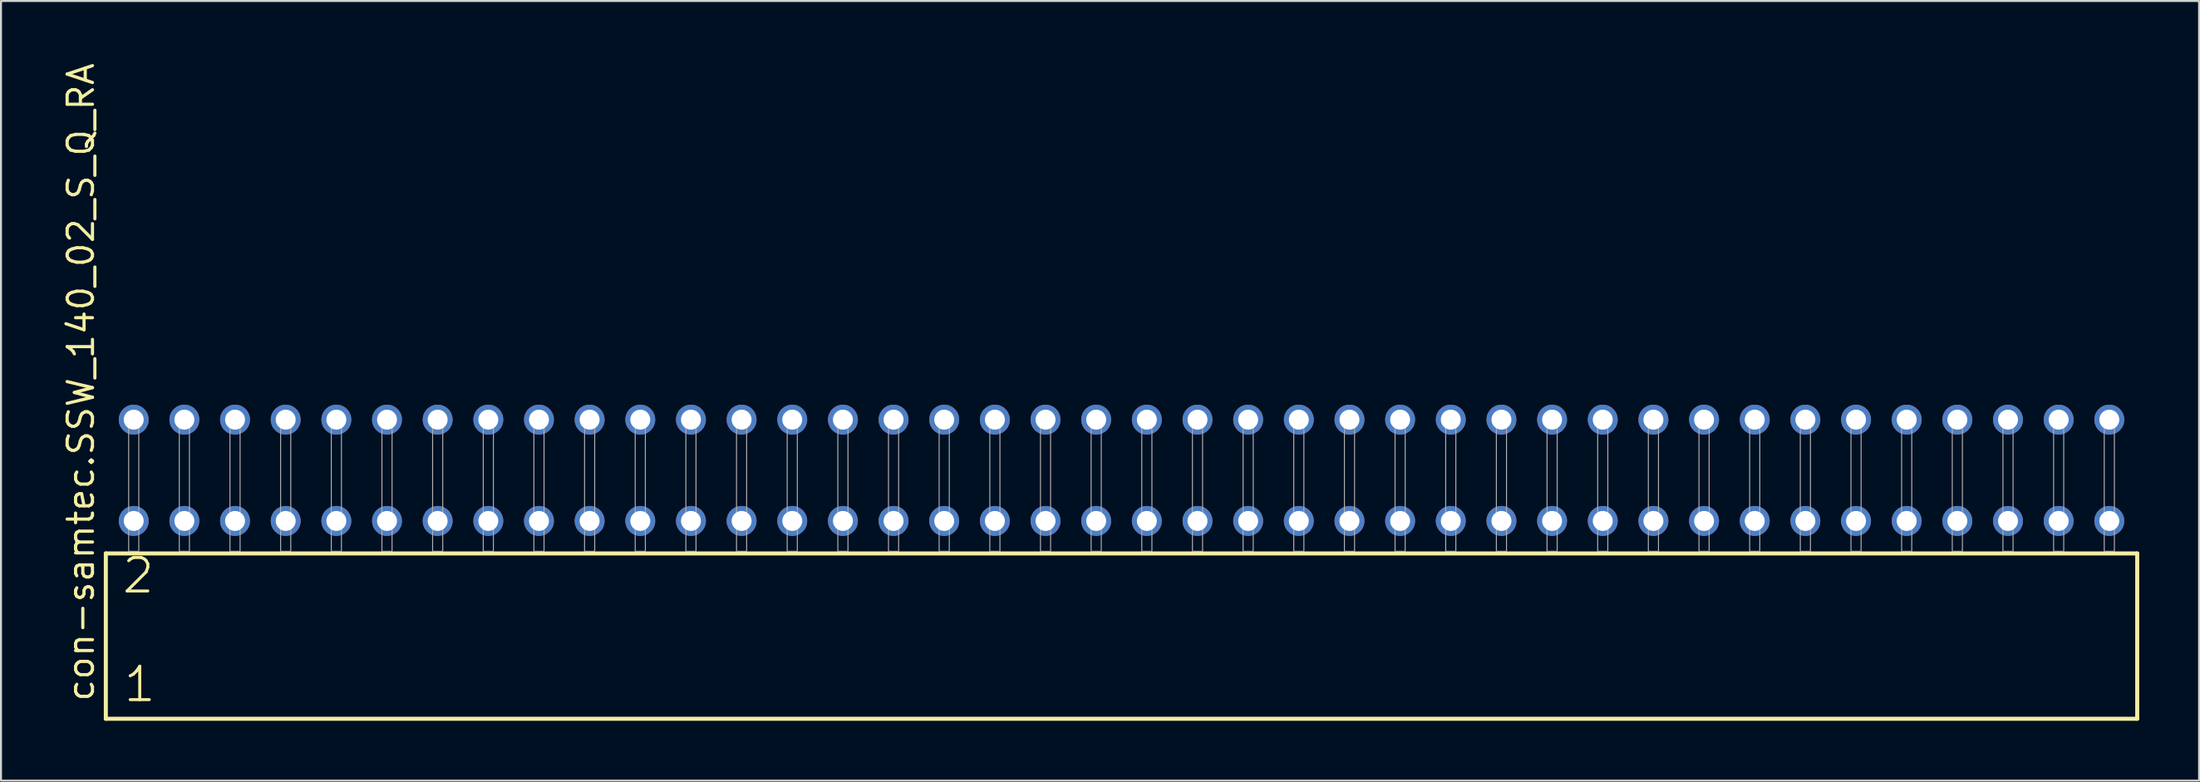
<source format=kicad_pcb>
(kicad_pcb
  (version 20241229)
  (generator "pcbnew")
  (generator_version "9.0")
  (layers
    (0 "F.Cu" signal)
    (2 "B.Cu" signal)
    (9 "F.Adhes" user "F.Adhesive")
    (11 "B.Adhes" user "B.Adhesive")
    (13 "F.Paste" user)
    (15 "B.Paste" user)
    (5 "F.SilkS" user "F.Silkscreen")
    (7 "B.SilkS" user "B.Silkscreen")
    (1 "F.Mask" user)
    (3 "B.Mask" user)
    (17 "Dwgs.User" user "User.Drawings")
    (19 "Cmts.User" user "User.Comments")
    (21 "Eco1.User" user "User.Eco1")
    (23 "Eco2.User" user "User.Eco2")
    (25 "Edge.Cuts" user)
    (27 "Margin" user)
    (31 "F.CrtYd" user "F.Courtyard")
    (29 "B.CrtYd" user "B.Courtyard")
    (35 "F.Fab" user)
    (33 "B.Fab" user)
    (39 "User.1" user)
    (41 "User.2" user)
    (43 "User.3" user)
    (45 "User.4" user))
  (footprint "con-samtec.SSW_140_02_S_Q_RA"
    (layer "F.Cu")
    (at 53.185 24.598)
    (property "Reference" "con-samtec.SSW_140_02_S_Q_RA" (at -51.435 7.62 90) (layer "F.SilkS") (effects (font (size 1.27 1.27) (thickness 0.16)) (justify left bottom)))
    (attr through_hole)
    (fp_line (start -50.929 0.106) (end -50.929 8.396) (stroke (width 0.203) (type default)) (layer "F.SilkS"))
    (fp_line (start -50.929 8.396) (end 50.929 8.396) (stroke (width 0.203) (type default)) (layer "F.SilkS"))
    (fp_line (start 50.929 0.106) (end -50.929 0.106) (stroke (width 0.203) (type default)) (layer "F.SilkS"))
    (fp_line (start 50.929 8.396) (end 50.929 0.106) (stroke (width 0.203) (type default)) (layer "F.SilkS"))
    (fp_rect (start -49.784 0) (end -49.276 -6.858) (stroke (width 0.05) (type default)) (fill no) (layer "F.Fab"))
    (fp_rect (start -47.244 0) (end -46.736 -6.858) (stroke (width 0.05) (type default)) (fill no) (layer "F.Fab"))
    (fp_rect (start -44.704 0) (end -44.196 -6.858) (stroke (width 0.05) (type default)) (fill no) (layer "F.Fab"))
    (fp_rect (start -42.164 0) (end -41.656 -6.858) (stroke (width 0.05) (type default)) (fill no) (layer "F.Fab"))
    (fp_rect (start -39.624 0) (end -39.116 -6.858) (stroke (width 0.05) (type default)) (fill no) (layer "F.Fab"))
    (fp_rect (start -37.084 0) (end -36.576 -6.858) (stroke (width 0.05) (type default)) (fill no) (layer "F.Fab"))
    (fp_rect (start -34.544 0) (end -34.036 -6.858) (stroke (width 0.05) (type default)) (fill no) (layer "F.Fab"))
    (fp_rect (start -32.004 0) (end -31.496 -6.858) (stroke (width 0.05) (type default)) (fill no) (layer "F.Fab"))
    (fp_rect (start -29.464 0) (end -28.956 -6.858) (stroke (width 0.05) (type default)) (fill no) (layer "F.Fab"))
    (fp_rect (start -26.924 0) (end -26.416 -6.858) (stroke (width 0.05) (type default)) (fill no) (layer "F.Fab"))
    (fp_rect (start -24.384 0) (end -23.876 -6.858) (stroke (width 0.05) (type default)) (fill no) (layer "F.Fab"))
    (fp_rect (start -21.844 0) (end -21.336 -6.858) (stroke (width 0.05) (type default)) (fill no) (layer "F.Fab"))
    (fp_rect (start -19.304 0) (end -18.796 -6.858) (stroke (width 0.05) (type default)) (fill no) (layer "F.Fab"))
    (fp_rect (start -16.764 0) (end -16.256 -6.858) (stroke (width 0.05) (type default)) (fill no) (layer "F.Fab"))
    (fp_rect (start -14.224 0) (end -13.716 -6.858) (stroke (width 0.05) (type default)) (fill no) (layer "F.Fab"))
    (fp_rect (start -11.684 0) (end -11.176 -6.858) (stroke (width 0.05) (type default)) (fill no) (layer "F.Fab"))
    (fp_rect (start -9.144 0) (end -8.636 -6.858) (stroke (width 0.05) (type default)) (fill no) (layer "F.Fab"))
    (fp_rect (start -6.604 0) (end -6.096 -6.858) (stroke (width 0.05) (type default)) (fill no) (layer "F.Fab"))
    (fp_rect (start -4.064 0) (end -3.556 -6.858) (stroke (width 0.05) (type default)) (fill no) (layer "F.Fab"))
    (fp_rect (start -1.524 0) (end -1.016 -6.858) (stroke (width 0.05) (type default)) (fill no) (layer "F.Fab"))
    (fp_rect (start 1.016 0) (end 1.524 -6.858) (stroke (width 0.05) (type default)) (fill no) (layer "F.Fab"))
    (fp_rect (start 3.556 0) (end 4.064 -6.858) (stroke (width 0.05) (type default)) (fill no) (layer "F.Fab"))
    (fp_rect (start 6.096 0) (end 6.604 -6.858) (stroke (width 0.05) (type default)) (fill no) (layer "F.Fab"))
    (fp_rect (start 8.636 0) (end 9.144 -6.858) (stroke (width 0.05) (type default)) (fill no) (layer "F.Fab"))
    (fp_rect (start 11.176 0) (end 11.684 -6.858) (stroke (width 0.05) (type default)) (fill no) (layer "F.Fab"))
    (fp_rect (start 13.716 0) (end 14.224 -6.858) (stroke (width 0.05) (type default)) (fill no) (layer "F.Fab"))
    (fp_rect (start 16.256 0) (end 16.764 -6.858) (stroke (width 0.05) (type default)) (fill no) (layer "F.Fab"))
    (fp_rect (start 18.796 0) (end 19.304 -6.858) (stroke (width 0.05) (type default)) (fill no) (layer "F.Fab"))
    (fp_rect (start 21.336 0) (end 21.844 -6.858) (stroke (width 0.05) (type default)) (fill no) (layer "F.Fab"))
    (fp_rect (start 23.876 0) (end 24.384 -6.858) (stroke (width 0.05) (type default)) (fill no) (layer "F.Fab"))
    (fp_rect (start 26.416 0) (end 26.924 -6.858) (stroke (width 0.05) (type default)) (fill no) (layer "F.Fab"))
    (fp_rect (start 28.956 0) (end 29.464 -6.858) (stroke (width 0.05) (type default)) (fill no) (layer "F.Fab"))
    (fp_rect (start 31.496 0) (end 32.004 -6.858) (stroke (width 0.05) (type default)) (fill no) (layer "F.Fab"))
    (fp_rect (start 34.036 0) (end 34.544 -6.858) (stroke (width 0.05) (type default)) (fill no) (layer "F.Fab"))
    (fp_rect (start 36.576 0) (end 37.084 -6.858) (stroke (width 0.05) (type default)) (fill no) (layer "F.Fab"))
    (fp_rect (start 39.116 0) (end 39.624 -6.858) (stroke (width 0.05) (type default)) (fill no) (layer "F.Fab"))
    (fp_rect (start 41.656 0) (end 42.164 -6.858) (stroke (width 0.05) (type default)) (fill no) (layer "F.Fab"))
    (fp_rect (start 44.196 0) (end 44.704 -6.858) (stroke (width 0.05) (type default)) (fill no) (layer "F.Fab"))
    (fp_rect (start 46.736 0) (end 47.244 -6.858) (stroke (width 0.05) (type default)) (fill no) (layer "F.Fab"))
    (fp_rect (start 49.276 0) (end 49.784 -6.858) (stroke (width 0.05) (type default)) (fill no) (layer "F.Fab"))
    (fp_text user "2" (at -50.2 2.2 0) (layer "F.SilkS") (effects (font (size 1.676 1.676) (thickness 0.15)) (justify left bottom)))
    (fp_text user "1" (at -50.125 7.65 0) (layer "F.SilkS") (effects (font (size 1.676 1.676) (thickness 0.15)) (justify left bottom)))
    (pad "1" thru_hole circle (at -49.53 -1.524) (size 1.5 1.5) (drill 1) (layers "*.Cu" "*.Mask"))
    (pad "2" thru_hole circle (at -49.53 -6.604) (size 1.5 1.5) (drill 1) (layers "*.Cu" "*.Mask"))
    (pad "3" thru_hole circle (at -46.99 -1.524) (size 1.5 1.5) (drill 1) (layers "*.Cu" "*.Mask"))
    (pad "4" thru_hole circle (at -46.99 -6.604) (size 1.5 1.5) (drill 1) (layers "*.Cu" "*.Mask"))
    (pad "5" thru_hole circle (at -44.45 -1.524) (size 1.5 1.5) (drill 1) (layers "*.Cu" "*.Mask"))
    (pad "6" thru_hole circle (at -44.45 -6.604) (size 1.5 1.5) (drill 1) (layers "*.Cu" "*.Mask"))
    (pad "7" thru_hole circle (at -41.91 -1.524) (size 1.5 1.5) (drill 1) (layers "*.Cu" "*.Mask"))
    (pad "8" thru_hole circle (at -41.91 -6.604) (size 1.5 1.5) (drill 1) (layers "*.Cu" "*.Mask"))
    (pad "9" thru_hole circle (at -39.37 -1.524) (size 1.5 1.5) (drill 1) (layers "*.Cu" "*.Mask"))
    (pad "10" thru_hole circle (at -39.37 -6.604) (size 1.5 1.5) (drill 1) (layers "*.Cu" "*.Mask"))
    (pad "11" thru_hole circle (at -36.83 -1.524) (size 1.5 1.5) (drill 1) (layers "*.Cu" "*.Mask"))
    (pad "12" thru_hole circle (at -36.83 -6.604) (size 1.5 1.5) (drill 1) (layers "*.Cu" "*.Mask"))
    (pad "13" thru_hole circle (at -34.29 -1.524) (size 1.5 1.5) (drill 1) (layers "*.Cu" "*.Mask"))
    (pad "14" thru_hole circle (at -34.29 -6.604) (size 1.5 1.5) (drill 1) (layers "*.Cu" "*.Mask"))
    (pad "15" thru_hole circle (at -31.75 -1.524) (size 1.5 1.5) (drill 1) (layers "*.Cu" "*.Mask"))
    (pad "16" thru_hole circle (at -31.75 -6.604) (size 1.5 1.5) (drill 1) (layers "*.Cu" "*.Mask"))
    (pad "17" thru_hole circle (at -29.21 -1.524) (size 1.5 1.5) (drill 1) (layers "*.Cu" "*.Mask"))
    (pad "18" thru_hole circle (at -29.21 -6.604) (size 1.5 1.5) (drill 1) (layers "*.Cu" "*.Mask"))
    (pad "19" thru_hole circle (at -26.67 -1.524) (size 1.5 1.5) (drill 1) (layers "*.Cu" "*.Mask"))
    (pad "20" thru_hole circle (at -26.67 -6.604) (size 1.5 1.5) (drill 1) (layers "*.Cu" "*.Mask"))
    (pad "21" thru_hole circle (at -24.13 -1.524) (size 1.5 1.5) (drill 1) (layers "*.Cu" "*.Mask"))
    (pad "22" thru_hole circle (at -24.13 -6.604) (size 1.5 1.5) (drill 1) (layers "*.Cu" "*.Mask"))
    (pad "23" thru_hole circle (at -21.59 -1.524) (size 1.5 1.5) (drill 1) (layers "*.Cu" "*.Mask"))
    (pad "24" thru_hole circle (at -21.59 -6.604) (size 1.5 1.5) (drill 1) (layers "*.Cu" "*.Mask"))
    (pad "25" thru_hole circle (at -19.05 -1.524) (size 1.5 1.5) (drill 1) (layers "*.Cu" "*.Mask"))
    (pad "26" thru_hole circle (at -19.05 -6.604) (size 1.5 1.5) (drill 1) (layers "*.Cu" "*.Mask"))
    (pad "27" thru_hole circle (at -16.51 -1.524) (size 1.5 1.5) (drill 1) (layers "*.Cu" "*.Mask"))
    (pad "28" thru_hole circle (at -16.51 -6.604) (size 1.5 1.5) (drill 1) (layers "*.Cu" "*.Mask"))
    (pad "29" thru_hole circle (at -13.97 -1.524) (size 1.5 1.5) (drill 1) (layers "*.Cu" "*.Mask"))
    (pad "30" thru_hole circle (at -13.97 -6.604) (size 1.5 1.5) (drill 1) (layers "*.Cu" "*.Mask"))
    (pad "31" thru_hole circle (at -11.43 -1.524) (size 1.5 1.5) (drill 1) (layers "*.Cu" "*.Mask"))
    (pad "32" thru_hole circle (at -11.43 -6.604) (size 1.5 1.5) (drill 1) (layers "*.Cu" "*.Mask"))
    (pad "33" thru_hole circle (at -8.89 -1.524) (size 1.5 1.5) (drill 1) (layers "*.Cu" "*.Mask"))
    (pad "34" thru_hole circle (at -8.89 -6.604) (size 1.5 1.5) (drill 1) (layers "*.Cu" "*.Mask"))
    (pad "35" thru_hole circle (at -6.35 -1.524) (size 1.5 1.5) (drill 1) (layers "*.Cu" "*.Mask"))
    (pad "36" thru_hole circle (at -6.35 -6.604) (size 1.5 1.5) (drill 1) (layers "*.Cu" "*.Mask"))
    (pad "37" thru_hole circle (at -3.81 -1.524) (size 1.5 1.5) (drill 1) (layers "*.Cu" "*.Mask"))
    (pad "38" thru_hole circle (at -3.81 -6.604) (size 1.5 1.5) (drill 1) (layers "*.Cu" "*.Mask"))
    (pad "39" thru_hole circle (at -1.27 -1.524) (size 1.5 1.5) (drill 1) (layers "*.Cu" "*.Mask"))
    (pad "40" thru_hole circle (at -1.27 -6.604) (size 1.5 1.5) (drill 1) (layers "*.Cu" "*.Mask"))
    (pad "41" thru_hole circle (at 1.27 -1.524) (size 1.5 1.5) (drill 1) (layers "*.Cu" "*.Mask"))
    (pad "42" thru_hole circle (at 1.27 -6.604) (size 1.5 1.5) (drill 1) (layers "*.Cu" "*.Mask"))
    (pad "43" thru_hole circle (at 3.81 -1.524) (size 1.5 1.5) (drill 1) (layers "*.Cu" "*.Mask"))
    (pad "44" thru_hole circle (at 3.81 -6.604) (size 1.5 1.5) (drill 1) (layers "*.Cu" "*.Mask"))
    (pad "45" thru_hole circle (at 6.35 -1.524) (size 1.5 1.5) (drill 1) (layers "*.Cu" "*.Mask"))
    (pad "46" thru_hole circle (at 6.35 -6.604) (size 1.5 1.5) (drill 1) (layers "*.Cu" "*.Mask"))
    (pad "47" thru_hole circle (at 8.89 -1.524) (size 1.5 1.5) (drill 1) (layers "*.Cu" "*.Mask"))
    (pad "48" thru_hole circle (at 8.89 -6.604) (size 1.5 1.5) (drill 1) (layers "*.Cu" "*.Mask"))
    (pad "49" thru_hole circle (at 11.43 -1.524) (size 1.5 1.5) (drill 1) (layers "*.Cu" "*.Mask"))
    (pad "50" thru_hole circle (at 11.43 -6.604) (size 1.5 1.5) (drill 1) (layers "*.Cu" "*.Mask"))
    (pad "51" thru_hole circle (at 13.97 -1.524) (size 1.5 1.5) (drill 1) (layers "*.Cu" "*.Mask"))
    (pad "52" thru_hole circle (at 13.97 -6.604) (size 1.5 1.5) (drill 1) (layers "*.Cu" "*.Mask"))
    (pad "53" thru_hole circle (at 16.51 -1.524) (size 1.5 1.5) (drill 1) (layers "*.Cu" "*.Mask"))
    (pad "54" thru_hole circle (at 16.51 -6.604) (size 1.5 1.5) (drill 1) (layers "*.Cu" "*.Mask"))
    (pad "55" thru_hole circle (at 19.05 -1.524) (size 1.5 1.5) (drill 1) (layers "*.Cu" "*.Mask"))
    (pad "56" thru_hole circle (at 19.05 -6.604) (size 1.5 1.5) (drill 1) (layers "*.Cu" "*.Mask"))
    (pad "57" thru_hole circle (at 21.59 -1.524) (size 1.5 1.5) (drill 1) (layers "*.Cu" "*.Mask"))
    (pad "58" thru_hole circle (at 21.59 -6.604) (size 1.5 1.5) (drill 1) (layers "*.Cu" "*.Mask"))
    (pad "59" thru_hole circle (at 24.13 -1.524) (size 1.5 1.5) (drill 1) (layers "*.Cu" "*.Mask"))
    (pad "60" thru_hole circle (at 24.13 -6.604) (size 1.5 1.5) (drill 1) (layers "*.Cu" "*.Mask"))
    (pad "61" thru_hole circle (at 26.67 -1.524) (size 1.5 1.5) (drill 1) (layers "*.Cu" "*.Mask"))
    (pad "62" thru_hole circle (at 26.67 -6.604) (size 1.5 1.5) (drill 1) (layers "*.Cu" "*.Mask"))
    (pad "63" thru_hole circle (at 29.21 -1.524) (size 1.5 1.5) (drill 1) (layers "*.Cu" "*.Mask"))
    (pad "64" thru_hole circle (at 29.21 -6.604) (size 1.5 1.5) (drill 1) (layers "*.Cu" "*.Mask"))
    (pad "65" thru_hole circle (at 31.75 -1.524) (size 1.5 1.5) (drill 1) (layers "*.Cu" "*.Mask"))
    (pad "66" thru_hole circle (at 31.75 -6.604) (size 1.5 1.5) (drill 1) (layers "*.Cu" "*.Mask"))
    (pad "67" thru_hole circle (at 34.29 -1.524) (size 1.5 1.5) (drill 1) (layers "*.Cu" "*.Mask"))
    (pad "68" thru_hole circle (at 34.29 -6.604) (size 1.5 1.5) (drill 1) (layers "*.Cu" "*.Mask"))
    (pad "69" thru_hole circle (at 36.83 -1.524) (size 1.5 1.5) (drill 1) (layers "*.Cu" "*.Mask"))
    (pad "70" thru_hole circle (at 36.83 -6.604) (size 1.5 1.5) (drill 1) (layers "*.Cu" "*.Mask"))
    (pad "71" thru_hole circle (at 39.37 -1.524) (size 1.5 1.5) (drill 1) (layers "*.Cu" "*.Mask"))
    (pad "72" thru_hole circle (at 39.37 -6.604) (size 1.5 1.5) (drill 1) (layers "*.Cu" "*.Mask"))
    (pad "73" thru_hole circle (at 41.91 -1.524) (size 1.5 1.5) (drill 1) (layers "*.Cu" "*.Mask"))
    (pad "74" thru_hole circle (at 41.91 -6.604) (size 1.5 1.5) (drill 1) (layers "*.Cu" "*.Mask"))
    (pad "75" thru_hole circle (at 44.45 -1.524) (size 1.5 1.5) (drill 1) (layers "*.Cu" "*.Mask"))
    (pad "76" thru_hole circle (at 44.45 -6.604) (size 1.5 1.5) (drill 1) (layers "*.Cu" "*.Mask"))
    (pad "77" thru_hole circle (at 46.99 -1.524) (size 1.5 1.5) (drill 1) (layers "*.Cu" "*.Mask"))
    (pad "78" thru_hole circle (at 46.99 -6.604) (size 1.5 1.5) (drill 1) (layers "*.Cu" "*.Mask"))
    (pad "79" thru_hole circle (at 49.53 -1.524) (size 1.5 1.5) (drill 1) (layers "*.Cu" "*.Mask"))
    (pad "80" thru_hole circle (at 49.53 -6.604) (size 1.5 1.5) (drill 1) (layers "*.Cu" "*.Mask")))
  (gr_rect
    (start -3 -3)
    (end 107.216 36.096)
    (stroke (width 0.1) (type default))
    (fill no)
    (layer "Edge.Cuts")))
</source>
